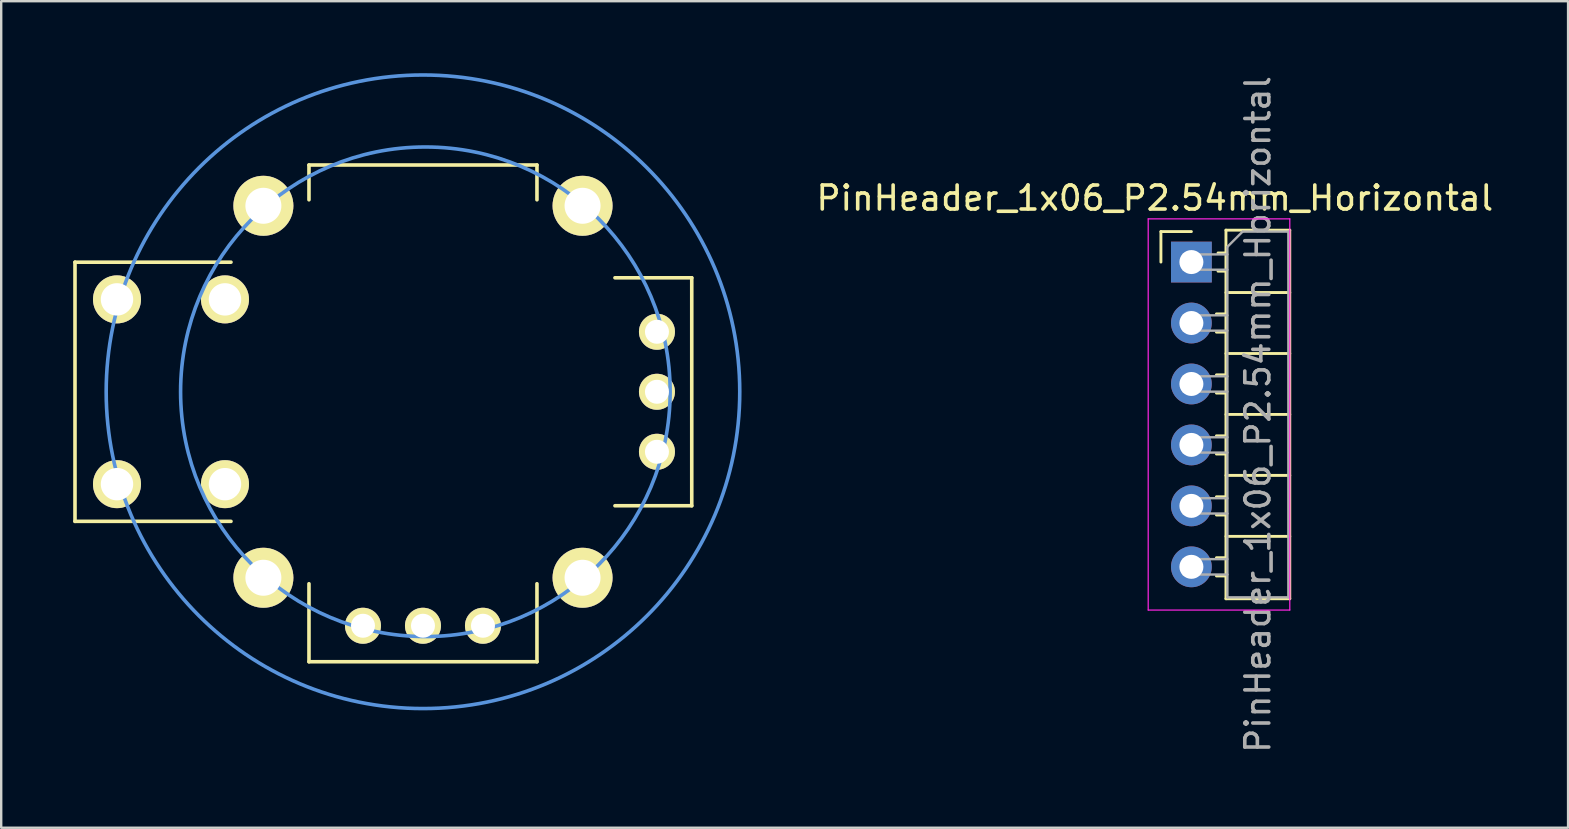
<source format=kicad_pcb>
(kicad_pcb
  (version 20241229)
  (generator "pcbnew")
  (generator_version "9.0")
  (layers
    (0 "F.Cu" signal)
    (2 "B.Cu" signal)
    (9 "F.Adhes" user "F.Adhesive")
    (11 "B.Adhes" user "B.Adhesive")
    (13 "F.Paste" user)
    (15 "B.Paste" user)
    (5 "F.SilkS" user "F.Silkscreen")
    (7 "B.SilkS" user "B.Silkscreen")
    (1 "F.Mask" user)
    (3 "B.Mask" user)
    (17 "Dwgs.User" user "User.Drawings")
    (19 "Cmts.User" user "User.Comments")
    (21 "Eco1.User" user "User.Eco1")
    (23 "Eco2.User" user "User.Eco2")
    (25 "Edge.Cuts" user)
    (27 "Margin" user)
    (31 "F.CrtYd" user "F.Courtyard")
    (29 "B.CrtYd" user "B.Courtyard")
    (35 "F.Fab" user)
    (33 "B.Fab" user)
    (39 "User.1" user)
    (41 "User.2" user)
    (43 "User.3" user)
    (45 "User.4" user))
  (footprint "JOYSTICK_W_BUTTON"
    (layer "F.Cu")
    (at 14.575 13.275)
    (property "Reference" "JOYSTICK_W_BUTTON" (at 0 -0.2 0) (layer "Eco1.User") (effects (font (size 1 1) (thickness 0.15))))
    (attr through_hole)
    (fp_line (start -14.5 -5.4) (end -14.5 5.4) (stroke (width 0.15) (type solid)) (layer "F.SilkS"))
    (fp_line (start -14.5 5.4) (end -8 5.4) (stroke (width 0.15) (type solid)) (layer "F.SilkS"))
    (fp_line (start -8 -5.4) (end -14.5 -5.4) (stroke (width 0.15) (type solid)) (layer "F.SilkS"))
    (fp_line (start -4.75 -9.45) (end 4.75 -9.45) (stroke (width 0.15) (type solid)) (layer "F.SilkS"))
    (fp_line (start -4.75 -8) (end -4.75 -9.45) (stroke (width 0.15) (type solid)) (layer "F.SilkS"))
    (fp_line (start -4.75 8) (end -4.75 11.25) (stroke (width 0.15) (type solid)) (layer "F.SilkS"))
    (fp_line (start -4.75 11.25) (end 4.75 11.25) (stroke (width 0.15) (type solid)) (layer "F.SilkS"))
    (fp_line (start 4.75 -9.45) (end 4.75 -8) (stroke (width 0.15) (type solid)) (layer "F.SilkS"))
    (fp_line (start 4.75 11.25) (end 4.75 8) (stroke (width 0.15) (type solid)) (layer "F.SilkS"))
    (fp_line (start 8 4.75) (end 11.2 4.75) (stroke (width 0.15) (type solid)) (layer "F.SilkS"))
    (fp_line (start 11.2 -4.75) (end 8 -4.75) (stroke (width 0.15) (type solid)) (layer "F.SilkS"))
    (fp_line (start 11.2 4.75) (end 11.2 -4.75) (stroke (width 0.15) (type solid)) (layer "F.SilkS"))
    (fp_circle (center 0 0) (end -13.2 0.1) (stroke (width 0.15) (type solid)) (fill no) (layer "Cmts.User"))
    (fp_circle (center 0.1 0) (end -10.1 0) (stroke (width 0.15) (type solid)) (fill no) (layer "Cmts.User"))
    (pad "SH" thru_hole circle (at -6.65 -7.75) (size 2.5 2.5) (drill 1.5) (layers "*.Cu" "*.Mask" "F.SilkS"))
    (pad "SH" thru_hole circle (at -6.65 7.75) (size 2.5 2.5) (drill 1.5) (layers "*.Cu" "*.Mask" "F.SilkS"))
    (pad "SH" thru_hole circle (at 6.65 -7.75) (size 2.5 2.5) (drill 1.5) (layers "*.Cu" "*.Mask" "F.SilkS"))
    (pad "SH" thru_hole circle (at 6.65 7.75) (size 2.5 2.5) (drill 1.5) (layers "*.Cu" "*.Mask" "F.SilkS"))
    (pad "SW1" thru_hole circle (at -8.25 -3.85) (size 2 2) (drill 1.35) (layers "*.Cu" "*.Mask" "F.SilkS"))
    (pad "SW1" thru_hole circle (at -8.25 3.85) (size 2 2) (drill 1.35) (layers "*.Cu" "*.Mask" "F.SilkS"))
    (pad "SW2" thru_hole circle (at -12.75 -3.85) (size 2 2) (drill 1.35) (layers "*.Cu" "*.Mask" "F.SilkS"))
    (pad "SW2" thru_hole circle (at -12.75 3.85) (size 2 2) (drill 1.35) (layers "*.Cu" "*.Mask" "F.SilkS"))
    (pad "X1" thru_hole circle (at -2.5 9.75) (size 1.5 1.5) (drill 1) (layers "*.Cu" "*.Mask" "F.SilkS"))
    (pad "X2" thru_hole circle (at 0 9.75) (size 1.5 1.5) (drill 1) (layers "*.Cu" "*.Mask" "F.SilkS"))
    (pad "X3" thru_hole circle (at 2.5 9.75) (size 1.5 1.5) (drill 1) (layers "*.Cu" "*.Mask" "F.SilkS"))
    (pad "Y1" thru_hole circle (at 9.75 2.5) (size 1.5 1.5) (drill 1) (layers "*.Cu" "*.Mask" "F.SilkS"))
    (pad "Y2" thru_hole circle (at 9.75 0) (size 1.5 1.5) (drill 1) (layers "*.Cu" "*.Mask" "F.SilkS"))
    (pad "Y3" thru_hole circle (at 9.75 -2.5) (size 1.5 1.5) (drill 1) (layers "*.Cu" "*.Mask" "F.SilkS")))
  (footprint "PinHeader_1x06_P2.54mm_Horizontal"
    (layer "F.Cu")
    (at 46.595 7.87)
    (property "Reference" "PinHeader_1x06_P2.54mm_Horizontal" (at -1.524 -2.667 0) (layer "F.SilkS") (effects (font (size 1 1) (thickness 0.15))))
    (attr through_hole)
    (fp_line (start -1.27 -1.27) (end 0 -1.27) (stroke (width 0.12) (type solid)) (layer "F.SilkS"))
    (fp_line (start -1.27 0) (end -1.27 -1.27) (stroke (width 0.12) (type solid)) (layer "F.SilkS"))
    (fp_line (start 1.043 2.16) (end 1.44 2.16) (stroke (width 0.12) (type solid)) (layer "F.SilkS"))
    (fp_line (start 1.043 2.92) (end 1.44 2.92) (stroke (width 0.12) (type solid)) (layer "F.SilkS"))
    (fp_line (start 1.043 4.7) (end 1.44 4.7) (stroke (width 0.12) (type solid)) (layer "F.SilkS"))
    (fp_line (start 1.043 5.46) (end 1.44 5.46) (stroke (width 0.12) (type solid)) (layer "F.SilkS"))
    (fp_line (start 1.043 7.24) (end 1.44 7.24) (stroke (width 0.12) (type solid)) (layer "F.SilkS"))
    (fp_line (start 1.043 8) (end 1.44 8) (stroke (width 0.12) (type solid)) (layer "F.SilkS"))
    (fp_line (start 1.043 9.78) (end 1.44 9.78) (stroke (width 0.12) (type solid)) (layer "F.SilkS"))
    (fp_line (start 1.043 10.54) (end 1.44 10.54) (stroke (width 0.12) (type solid)) (layer "F.SilkS"))
    (fp_line (start 1.043 12.32) (end 1.44 12.32) (stroke (width 0.12) (type solid)) (layer "F.SilkS"))
    (fp_line (start 1.043 13.08) (end 1.44 13.08) (stroke (width 0.12) (type solid)) (layer "F.SilkS"))
    (fp_line (start 1.11 -0.38) (end 1.44 -0.38) (stroke (width 0.12) (type solid)) (layer "F.SilkS"))
    (fp_line (start 1.11 0.38) (end 1.44 0.38) (stroke (width 0.12) (type solid)) (layer "F.SilkS"))
    (fp_line (start 1.44 -1.33) (end 1.44 14.03) (stroke (width 0.12) (type solid)) (layer "F.SilkS"))
    (fp_line (start 1.44 1.27) (end 4.1 1.27) (stroke (width 0.12) (type solid)) (layer "F.SilkS"))
    (fp_line (start 1.44 3.81) (end 4.1 3.81) (stroke (width 0.12) (type solid)) (layer "F.SilkS"))
    (fp_line (start 1.44 6.35) (end 4.1 6.35) (stroke (width 0.12) (type solid)) (layer "F.SilkS"))
    (fp_line (start 1.44 8.89) (end 4.1 8.89) (stroke (width 0.12) (type solid)) (layer "F.SilkS"))
    (fp_line (start 1.44 11.43) (end 4.1 11.43) (stroke (width 0.12) (type solid)) (layer "F.SilkS"))
    (fp_line (start 1.44 14.03) (end 4.1 14.03) (stroke (width 0.12) (type solid)) (layer "F.SilkS"))
    (fp_line (start 4.1 -1.33) (end 1.44 -1.33) (stroke (width 0.12) (type solid)) (layer "F.SilkS"))
    (fp_line (start 4.1 14.03) (end 4.1 -1.33) (stroke (width 0.12) (type solid)) (layer "F.SilkS"))
    (fp_line (start -1.8 -1.8) (end -1.8 14.5) (stroke (width 0.05) (type solid)) (layer "F.CrtYd"))
    (fp_line (start -1.8 14.5) (end 4.1 14.5) (stroke (width 0.05) (type solid)) (layer "F.CrtYd"))
    (fp_line (start 4.1 -1.8) (end -1.8 -1.8) (stroke (width 0.05) (type solid)) (layer "F.CrtYd"))
    (fp_line (start 4.1 -1.8) (end 4.1 14.5) (stroke (width 0.05) (type default)) (layer "F.CrtYd"))
    (fp_line (start -0.32 -0.32) (end -0.32 0.32) (stroke (width 0.1) (type solid)) (layer "F.Fab"))
    (fp_line (start -0.32 -0.32) (end 1.5 -0.32) (stroke (width 0.1) (type solid)) (layer "F.Fab"))
    (fp_line (start -0.32 0.32) (end 1.5 0.32) (stroke (width 0.1) (type solid)) (layer "F.Fab"))
    (fp_line (start -0.32 2.22) (end -0.32 2.86) (stroke (width 0.1) (type solid)) (layer "F.Fab"))
    (fp_line (start -0.32 2.22) (end 1.5 2.22) (stroke (width 0.1) (type solid)) (layer "F.Fab"))
    (fp_line (start -0.32 2.86) (end 1.5 2.86) (stroke (width 0.1) (type solid)) (layer "F.Fab"))
    (fp_line (start -0.32 4.76) (end -0.32 5.4) (stroke (width 0.1) (type solid)) (layer "F.Fab"))
    (fp_line (start -0.32 4.76) (end 1.5 4.76) (stroke (width 0.1) (type solid)) (layer "F.Fab"))
    (fp_line (start -0.32 5.4) (end 1.5 5.4) (stroke (width 0.1) (type solid)) (layer "F.Fab"))
    (fp_line (start -0.32 7.3) (end -0.32 7.94) (stroke (width 0.1) (type solid)) (layer "F.Fab"))
    (fp_line (start -0.32 7.3) (end 1.5 7.3) (stroke (width 0.1) (type solid)) (layer "F.Fab"))
    (fp_line (start -0.32 7.94) (end 1.5 7.94) (stroke (width 0.1) (type solid)) (layer "F.Fab"))
    (fp_line (start -0.32 9.84) (end -0.32 10.48) (stroke (width 0.1) (type solid)) (layer "F.Fab"))
    (fp_line (start -0.32 9.84) (end 1.5 9.84) (stroke (width 0.1) (type solid)) (layer "F.Fab"))
    (fp_line (start -0.32 10.48) (end 1.5 10.48) (stroke (width 0.1) (type solid)) (layer "F.Fab"))
    (fp_line (start -0.32 12.38) (end -0.32 13.02) (stroke (width 0.1) (type solid)) (layer "F.Fab"))
    (fp_line (start -0.32 12.38) (end 1.5 12.38) (stroke (width 0.1) (type solid)) (layer "F.Fab"))
    (fp_line (start -0.32 13.02) (end 1.5 13.02) (stroke (width 0.1) (type solid)) (layer "F.Fab"))
    (fp_line (start 1.5 -0.635) (end 2.135 -1.27) (stroke (width 0.1) (type solid)) (layer "F.Fab"))
    (fp_line (start 1.5 13.97) (end 1.5 -0.635) (stroke (width 0.1) (type solid)) (layer "F.Fab"))
    (fp_line (start 2.135 -1.27) (end 4.04 -1.27) (stroke (width 0.1) (type solid)) (layer "F.Fab"))
    (fp_line (start 4.04 -1.27) (end 4.04 13.97) (stroke (width 0.1) (type solid)) (layer "F.Fab"))
    (fp_line (start 4.04 13.97) (end 1.5 13.97) (stroke (width 0.1) (type solid)) (layer "F.Fab"))
    (fp_text user "${REFERENCE}" (at 2.77 6.35 90) (layer "F.Fab") (effects (font (size 1 1) (thickness 0.15))))
    (pad "1" thru_hole rect (at 0 0) (size 1.7 1.7) (drill 1) (layers "*.Cu" "*.Mask"))
    (pad "2" thru_hole oval (at 0 2.54) (size 1.7 1.7) (drill 1) (layers "*.Cu" "*.Mask"))
    (pad "3" thru_hole oval (at 0 5.08) (size 1.7 1.7) (drill 1) (layers "*.Cu" "*.Mask"))
    (pad "4" thru_hole oval (at 0 7.62) (size 1.7 1.7) (drill 1) (layers "*.Cu" "*.Mask"))
    (pad "5" thru_hole oval (at 0 10.16) (size 1.7 1.7) (drill 1) (layers "*.Cu" "*.Mask"))
    (pad "6" thru_hole oval (at 0 12.7) (size 1.7 1.7) (drill 1) (layers "*.Cu" "*.Mask")))
  (gr_rect
    (start -3 -3)
    (end 62.291 31.44)
    (stroke (width 0.1) (type default))
    (fill no)
    (layer "Edge.Cuts")))
</source>
